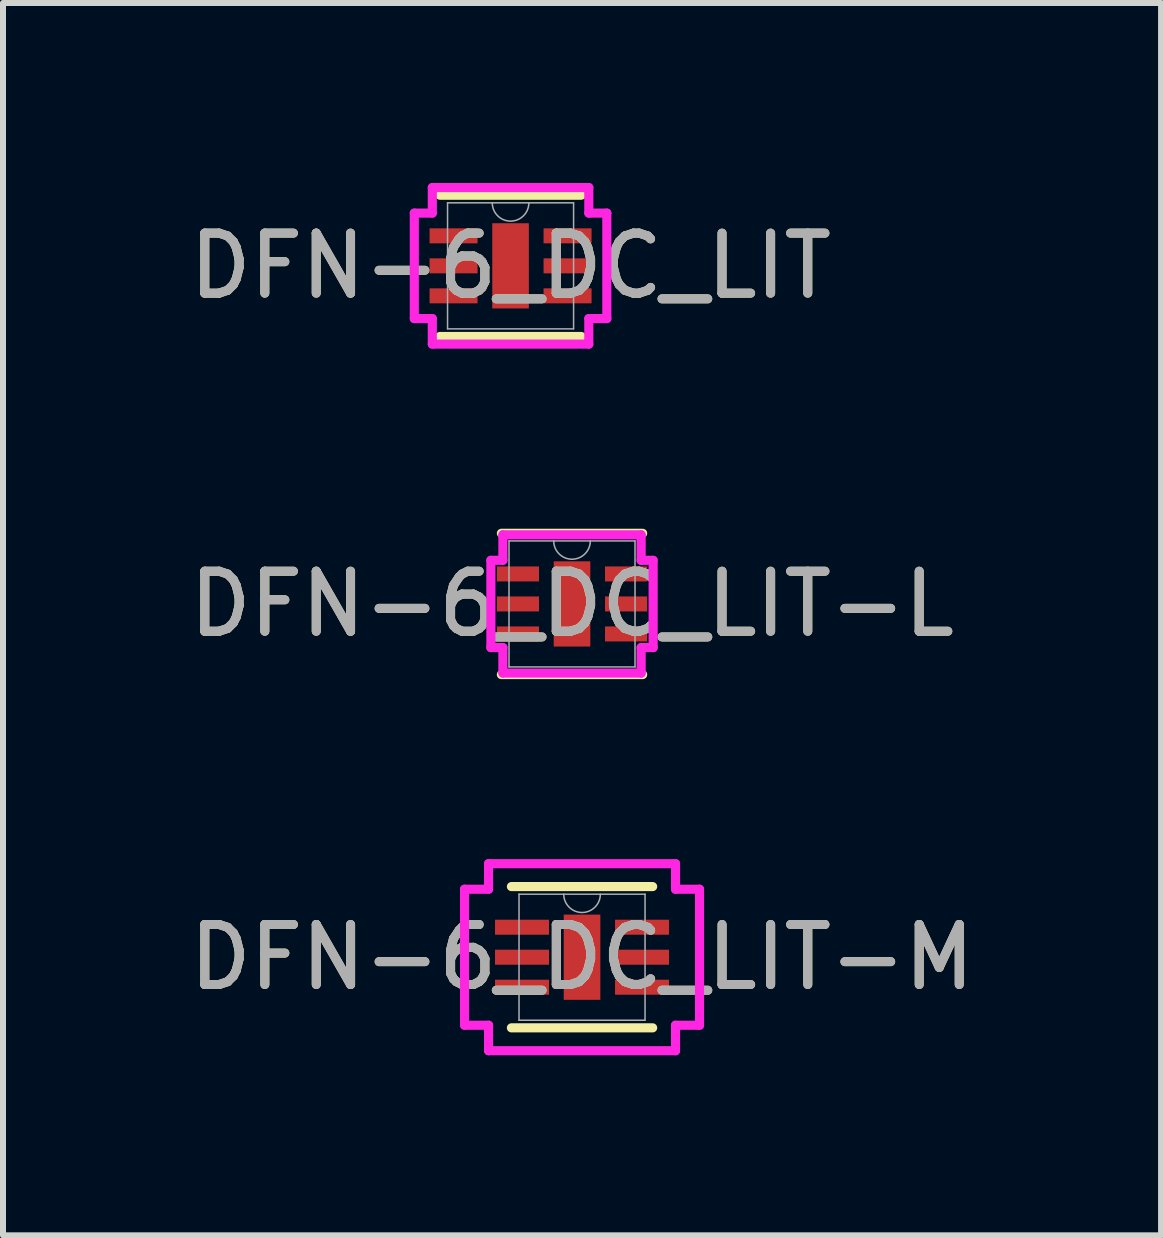
<source format=kicad_pcb>
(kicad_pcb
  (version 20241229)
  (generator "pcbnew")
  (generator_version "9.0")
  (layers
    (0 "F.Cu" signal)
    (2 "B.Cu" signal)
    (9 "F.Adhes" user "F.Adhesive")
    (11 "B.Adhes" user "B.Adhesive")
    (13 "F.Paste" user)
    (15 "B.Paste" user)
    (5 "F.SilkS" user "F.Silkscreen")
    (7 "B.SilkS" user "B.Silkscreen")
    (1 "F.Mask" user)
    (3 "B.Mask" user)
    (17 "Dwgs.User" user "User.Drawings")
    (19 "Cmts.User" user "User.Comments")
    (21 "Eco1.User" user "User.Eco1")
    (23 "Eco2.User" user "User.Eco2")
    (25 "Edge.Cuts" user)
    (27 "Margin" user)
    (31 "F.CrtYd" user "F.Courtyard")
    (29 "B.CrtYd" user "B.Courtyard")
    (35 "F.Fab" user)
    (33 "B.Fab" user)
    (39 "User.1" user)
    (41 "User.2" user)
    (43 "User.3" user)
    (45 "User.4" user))
  (footprint "DFN-6_DC_LIT"
    (layer "F.Cu")
    (at 5.458 1.38)
    (property "Reference" "DFN-6_DC_LIT" (at 0 0 0) (unlocked yes) (layer "F.SilkS") (effects (font (size 1 1) (thickness 0.15))))
    (attr smd)
    (fp_line (start -1.177 1.177) (end 1.177 1.177) (stroke (width 0.152) (type solid)) (layer "F.SilkS"))
    (fp_line (start 1.177 -1.177) (end -1.177 -1.177) (stroke (width 0.152) (type solid)) (layer "F.SilkS"))
    (fp_line (start -1.604 -0.879) (end -1.304 -0.879) (stroke (width 0.152) (type solid)) (layer "F.CrtYd"))
    (fp_line (start -1.604 0.879) (end -1.604 -0.879) (stroke (width 0.152) (type solid)) (layer "F.CrtYd"))
    (fp_line (start -1.604 0.879) (end -1.304 0.879) (stroke (width 0.152) (type solid)) (layer "F.CrtYd"))
    (fp_line (start -1.304 -1.304) (end 1.304 -1.304) (stroke (width 0.152) (type solid)) (layer "F.CrtYd"))
    (fp_line (start -1.304 -0.879) (end -1.304 -1.304) (stroke (width 0.152) (type solid)) (layer "F.CrtYd"))
    (fp_line (start -1.304 1.304) (end -1.304 0.879) (stroke (width 0.152) (type solid)) (layer "F.CrtYd"))
    (fp_line (start 1.304 -1.304) (end 1.304 -0.879) (stroke (width 0.152) (type solid)) (layer "F.CrtYd"))
    (fp_line (start 1.304 0.879) (end 1.304 1.304) (stroke (width 0.152) (type solid)) (layer "F.CrtYd"))
    (fp_line (start 1.304 1.304) (end -1.304 1.304) (stroke (width 0.152) (type solid)) (layer "F.CrtYd"))
    (fp_line (start 1.604 -0.879) (end 1.304 -0.879) (stroke (width 0.152) (type solid)) (layer "F.CrtYd"))
    (fp_line (start 1.604 -0.879) (end 1.604 0.879) (stroke (width 0.152) (type solid)) (layer "F.CrtYd"))
    (fp_line (start 1.604 0.879) (end 1.304 0.879) (stroke (width 0.152) (type solid)) (layer "F.CrtYd"))
    (fp_line (start -1.05 -1.05) (end -1.05 1.05) (stroke (width 0.025) (type solid)) (layer "F.Fab"))
    (fp_line (start -1.05 1.05) (end 1.05 1.05) (stroke (width 0.025) (type solid)) (layer "F.Fab"))
    (fp_line (start 1.05 -1.05) (end -1.05 -1.05) (stroke (width 0.025) (type solid)) (layer "F.Fab"))
    (fp_line (start 1.05 1.05) (end 1.05 -1.05) (stroke (width 0.025) (type solid)) (layer "F.Fab"))
    (fp_arc (start 0.3048 -1.05) (mid 0 -0.7452) (end -0.3048 -1.05) (stroke (width 0.0254) (type solid)) (layer "F.Fab"))
    (fp_text user "${REFERENCE}" (at 0 0 0) (unlocked yes) (layer "F.Fab") (effects (font (size 1 1) (thickness 0.15))))
    (pad "1" smd rect (at -0.95 -0.5) (size 0.8 0.25) (layers "F.Cu" "F.Mask" "F.Paste"))
    (pad "2" smd rect (at -0.95 0) (size 0.8 0.25) (layers "F.Cu" "F.Mask" "F.Paste"))
    (pad "3" smd rect (at -0.95 0.5) (size 0.8 0.25) (layers "F.Cu" "F.Mask" "F.Paste"))
    (pad "4" smd rect (at 0.95 0.5) (size 0.8 0.25) (layers "F.Cu" "F.Mask" "F.Paste"))
    (pad "5" smd rect (at 0.95 0) (size 0.8 0.25) (layers "F.Cu" "F.Mask" "F.Paste"))
    (pad "6" smd rect (at 0.95 -0.5) (size 0.8 0.25) (layers "F.Cu" "F.Mask" "F.Paste"))
    (pad "7" smd rect (at 0 0) (size 0.61 1.42) (layers "F.Cu" "F.Mask" "F.Paste")))
  (footprint "DFN-6_DC_LIT-L"
    (layer "F.Cu")
    (at 6.482 7.014)
    (property "Reference" "DFN-6_DC_LIT-L" (at 0 0 0) (unlocked yes) (layer "F.SilkS") (effects (font (size 1 1) (thickness 0.15))))
    (attr smd)
    (fp_line (start -1.177 1.177) (end 1.177 1.177) (stroke (width 0.152) (type solid)) (layer "F.SilkS"))
    (fp_line (start 1.177 -1.177) (end -1.177 -1.177) (stroke (width 0.152) (type solid)) (layer "F.SilkS"))
    (fp_line (start -1.352 -0.727) (end -1.152 -0.727) (stroke (width 0.152) (type solid)) (layer "F.CrtYd"))
    (fp_line (start -1.352 0.727) (end -1.352 -0.727) (stroke (width 0.152) (type solid)) (layer "F.CrtYd"))
    (fp_line (start -1.352 0.727) (end -1.152 0.727) (stroke (width 0.152) (type solid)) (layer "F.CrtYd"))
    (fp_line (start -1.152 -1.152) (end 1.152 -1.152) (stroke (width 0.152) (type solid)) (layer "F.CrtYd"))
    (fp_line (start -1.152 -0.727) (end -1.152 -1.152) (stroke (width 0.152) (type solid)) (layer "F.CrtYd"))
    (fp_line (start -1.152 1.152) (end -1.152 0.727) (stroke (width 0.152) (type solid)) (layer "F.CrtYd"))
    (fp_line (start 1.152 -1.152) (end 1.152 -0.727) (stroke (width 0.152) (type solid)) (layer "F.CrtYd"))
    (fp_line (start 1.152 0.727) (end 1.152 1.152) (stroke (width 0.152) (type solid)) (layer "F.CrtYd"))
    (fp_line (start 1.152 1.152) (end -1.152 1.152) (stroke (width 0.152) (type solid)) (layer "F.CrtYd"))
    (fp_line (start 1.352 -0.727) (end 1.152 -0.727) (stroke (width 0.152) (type solid)) (layer "F.CrtYd"))
    (fp_line (start 1.352 -0.727) (end 1.352 0.727) (stroke (width 0.152) (type solid)) (layer "F.CrtYd"))
    (fp_line (start 1.352 0.727) (end 1.152 0.727) (stroke (width 0.152) (type solid)) (layer "F.CrtYd"))
    (fp_line (start -1.05 -1.05) (end -1.05 1.05) (stroke (width 0.025) (type solid)) (layer "F.Fab"))
    (fp_line (start -1.05 1.05) (end 1.05 1.05) (stroke (width 0.025) (type solid)) (layer "F.Fab"))
    (fp_line (start 1.05 -1.05) (end -1.05 -1.05) (stroke (width 0.025) (type solid)) (layer "F.Fab"))
    (fp_line (start 1.05 1.05) (end 1.05 -1.05) (stroke (width 0.025) (type solid)) (layer "F.Fab"))
    (fp_arc (start 0.3048 -1.05) (mid 0 -0.7452) (end -0.3048 -1.05) (stroke (width 0.0254) (type solid)) (layer "F.Fab"))
    (fp_text user "${REFERENCE}" (at 0 0 0) (unlocked yes) (layer "F.Fab") (effects (font (size 1 1) (thickness 0.15))))
    (pad "1" smd rect (at -0.9 -0.5) (size 0.7 0.25) (layers "F.Cu" "F.Mask" "F.Paste"))
    (pad "2" smd rect (at -0.9 0) (size 0.7 0.25) (layers "F.Cu" "F.Mask" "F.Paste"))
    (pad "3" smd rect (at -0.9 0.5) (size 0.7 0.25) (layers "F.Cu" "F.Mask" "F.Paste"))
    (pad "4" smd rect (at 0.9 0.5) (size 0.7 0.25) (layers "F.Cu" "F.Mask" "F.Paste"))
    (pad "5" smd rect (at 0.9 0) (size 0.7 0.25) (layers "F.Cu" "F.Mask" "F.Paste"))
    (pad "6" smd rect (at 0.9 -0.5) (size 0.7 0.25) (layers "F.Cu" "F.Mask" "F.Paste"))
    (pad "7" smd rect (at 0 0) (size 0.61 1.42) (layers "F.Cu" "F.Mask" "F.Paste")))
  (footprint "DFN-6_DC_LIT-M"
    (layer "F.Cu")
    (at 6.649 12.901)
    (property "Reference" "DFN-6_DC_LIT-M" (at 0 0 0) (unlocked yes) (layer "F.SilkS") (effects (font (size 1 1) (thickness 0.15))))
    (attr smd)
    (fp_line (start -1.177 1.177) (end 1.177 1.177) (stroke (width 0.152) (type solid)) (layer "F.SilkS"))
    (fp_line (start 1.177 -1.177) (end -1.177 -1.177) (stroke (width 0.152) (type solid)) (layer "F.SilkS"))
    (fp_line (start -1.958 -1.133) (end -1.558 -1.133) (stroke (width 0.152) (type solid)) (layer "F.CrtYd"))
    (fp_line (start -1.958 1.133) (end -1.958 -1.133) (stroke (width 0.152) (type solid)) (layer "F.CrtYd"))
    (fp_line (start -1.958 1.133) (end -1.558 1.133) (stroke (width 0.152) (type solid)) (layer "F.CrtYd"))
    (fp_line (start -1.558 -1.558) (end 1.558 -1.558) (stroke (width 0.152) (type solid)) (layer "F.CrtYd"))
    (fp_line (start -1.558 -1.133) (end -1.558 -1.558) (stroke (width 0.152) (type solid)) (layer "F.CrtYd"))
    (fp_line (start -1.558 1.558) (end -1.558 1.133) (stroke (width 0.152) (type solid)) (layer "F.CrtYd"))
    (fp_line (start 1.558 -1.558) (end 1.558 -1.133) (stroke (width 0.152) (type solid)) (layer "F.CrtYd"))
    (fp_line (start 1.558 1.133) (end 1.558 1.558) (stroke (width 0.152) (type solid)) (layer "F.CrtYd"))
    (fp_line (start 1.558 1.558) (end -1.558 1.558) (stroke (width 0.152) (type solid)) (layer "F.CrtYd"))
    (fp_line (start 1.958 -1.133) (end 1.558 -1.133) (stroke (width 0.152) (type solid)) (layer "F.CrtYd"))
    (fp_line (start 1.958 -1.133) (end 1.958 1.133) (stroke (width 0.152) (type solid)) (layer "F.CrtYd"))
    (fp_line (start 1.958 1.133) (end 1.558 1.133) (stroke (width 0.152) (type solid)) (layer "F.CrtYd"))
    (fp_line (start -1.05 -1.05) (end -1.05 1.05) (stroke (width 0.025) (type solid)) (layer "F.Fab"))
    (fp_line (start -1.05 1.05) (end 1.05 1.05) (stroke (width 0.025) (type solid)) (layer "F.Fab"))
    (fp_line (start 1.05 -1.05) (end -1.05 -1.05) (stroke (width 0.025) (type solid)) (layer "F.Fab"))
    (fp_line (start 1.05 1.05) (end 1.05 -1.05) (stroke (width 0.025) (type solid)) (layer "F.Fab"))
    (fp_arc (start 0.3048 -1.05) (mid 0 -0.7452) (end -0.3048 -1.05) (stroke (width 0.0254) (type solid)) (layer "F.Fab"))
    (fp_text user "${REFERENCE}" (at 0 0 0) (unlocked yes) (layer "F.Fab") (effects (font (size 1 1) (thickness 0.15))))
    (pad "1" smd rect (at -1 -0.5) (size 0.9 0.25) (layers "F.Cu" "F.Mask" "F.Paste"))
    (pad "2" smd rect (at -1 0) (size 0.9 0.25) (layers "F.Cu" "F.Mask" "F.Paste"))
    (pad "3" smd rect (at -1 0.5) (size 0.9 0.25) (layers "F.Cu" "F.Mask" "F.Paste"))
    (pad "4" smd rect (at 1 0.5) (size 0.9 0.25) (layers "F.Cu" "F.Mask" "F.Paste"))
    (pad "5" smd rect (at 1 0) (size 0.9 0.25) (layers "F.Cu" "F.Mask" "F.Paste"))
    (pad "6" smd rect (at 1 -0.5) (size 0.9 0.25) (layers "F.Cu" "F.Mask" "F.Paste"))
    (pad "7" smd rect (at 0 0) (size 0.61 1.42) (layers "F.Cu" "F.Mask" "F.Paste")))
  (gr_rect
    (start -3 -3)
    (end 16.298 17.535)
    (stroke (width 0.1) (type default))
    (fill no)
    (layer "Edge.Cuts")))
</source>
